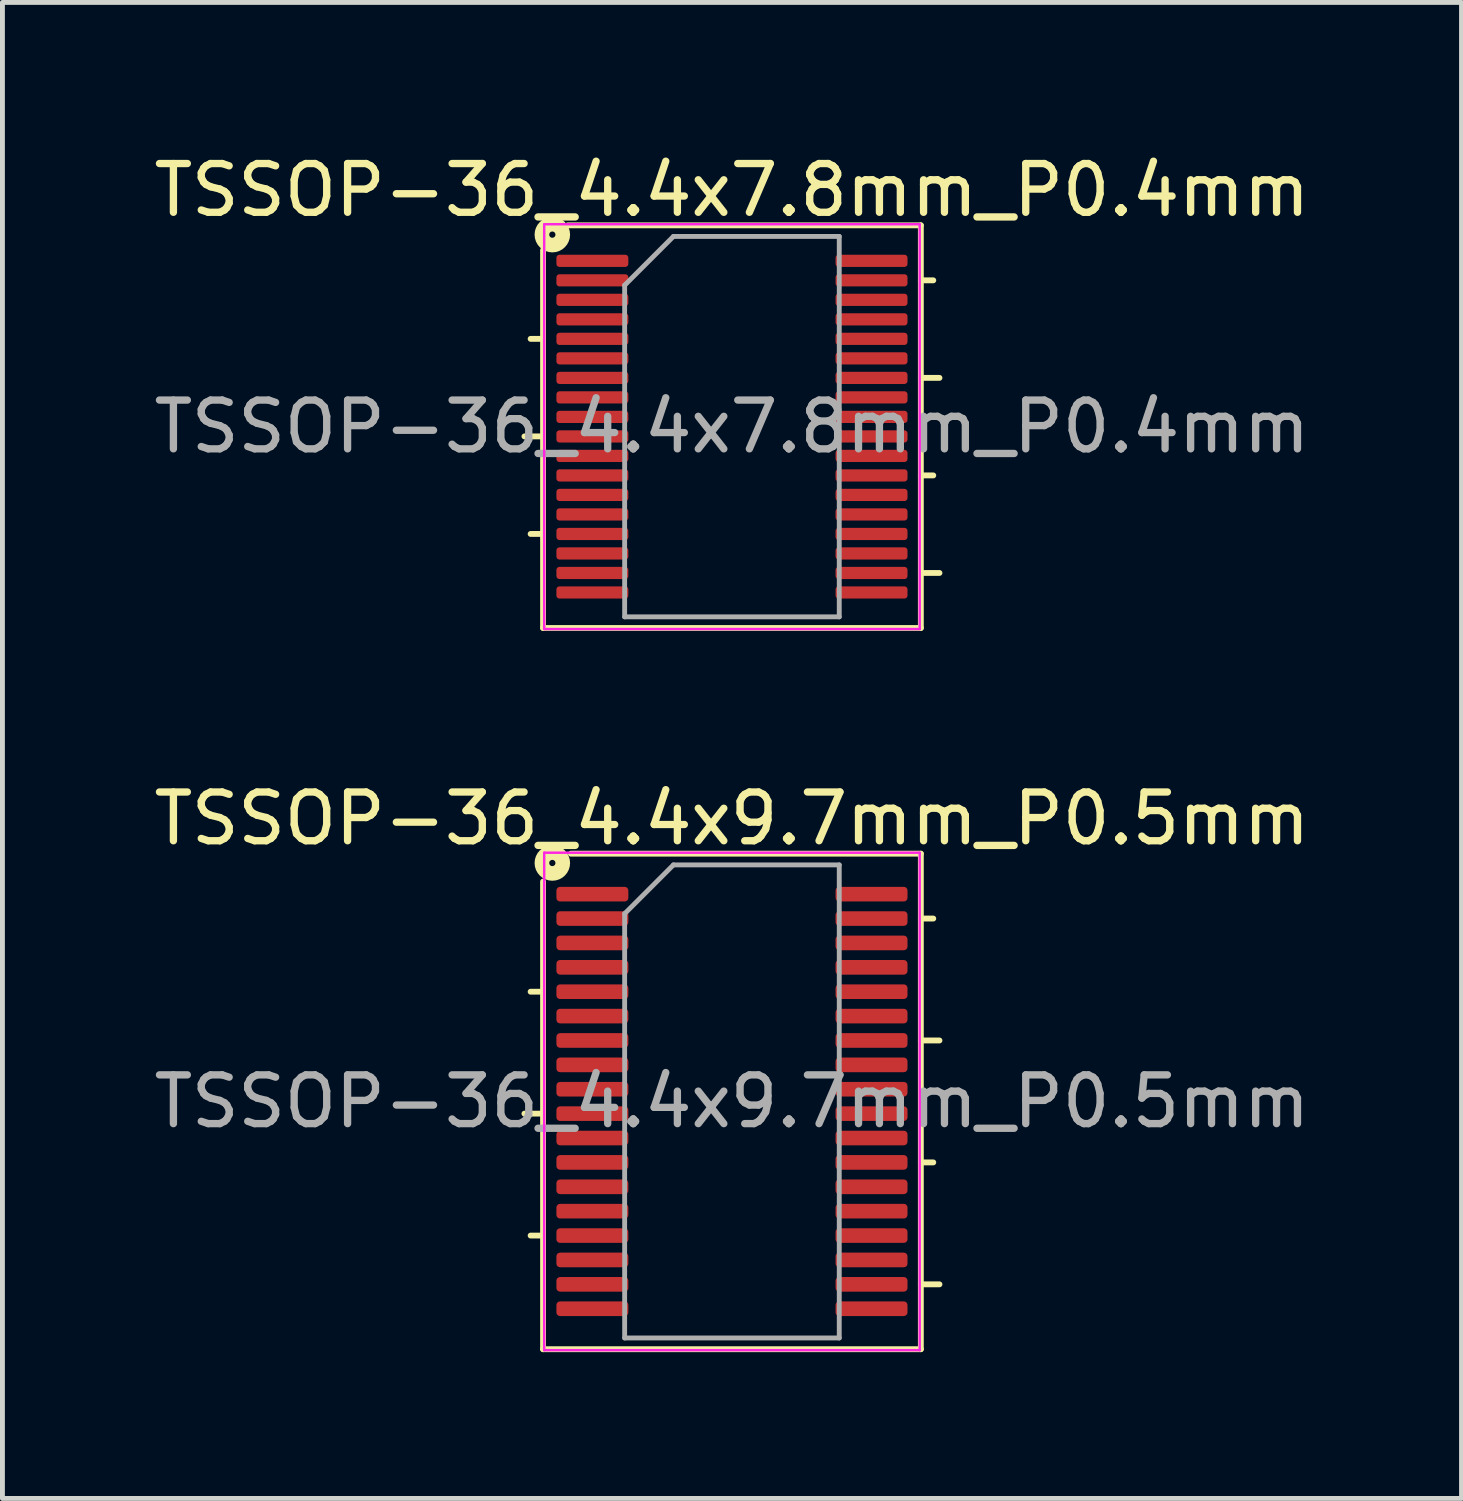
<source format=kicad_pcb>
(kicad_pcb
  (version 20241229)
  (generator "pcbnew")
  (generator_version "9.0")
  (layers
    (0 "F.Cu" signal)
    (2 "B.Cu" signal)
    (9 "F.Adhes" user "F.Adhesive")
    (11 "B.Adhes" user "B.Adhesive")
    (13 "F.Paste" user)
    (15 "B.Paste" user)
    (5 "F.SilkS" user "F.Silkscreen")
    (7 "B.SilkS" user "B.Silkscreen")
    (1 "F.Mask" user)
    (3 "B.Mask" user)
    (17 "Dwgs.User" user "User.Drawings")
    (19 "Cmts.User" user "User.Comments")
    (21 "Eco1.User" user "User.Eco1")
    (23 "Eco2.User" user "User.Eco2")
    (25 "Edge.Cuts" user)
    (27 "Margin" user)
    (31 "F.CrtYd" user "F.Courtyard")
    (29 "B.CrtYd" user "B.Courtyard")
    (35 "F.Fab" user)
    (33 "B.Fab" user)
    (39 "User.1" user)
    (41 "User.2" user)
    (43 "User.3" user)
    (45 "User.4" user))
  (footprint "TSSOP-36_4.4x9.7mm_P0.5mm"
    (layer "F.Cu")
    (at 11.958 19.534)
    (property "Reference" "TSSOP-36_4.4x9.7mm_P0.5mm" (at 0 -5.8 0) (layer "F.SilkS") (effects (font (size 1 1) (thickness 0.15))))
    (attr smd)
    (fp_line (start -4.128 2.75) (end -3.873 2.75) (stroke (width 0.12) (type solid)) (layer "F.SilkS"))
    (fp_line (start -3.873 -4.508) (end -3.873 5.08) (stroke (width 0.12) (type solid)) (layer "F.SilkS"))
    (fp_line (start -3.873 -2.25) (end -4.128 -2.25) (stroke (width 0.12) (type solid)) (layer "F.SilkS"))
    (fp_line (start -3.873 0.25) (end -4.255 0.25) (stroke (width 0.12) (type solid)) (layer "F.SilkS"))
    (fp_line (start -3.873 5.08) (end 3.873 5.08) (stroke (width 0.12) (type solid)) (layer "F.SilkS"))
    (fp_line (start 3.873 -5.08) (end -3.302 -5.08) (stroke (width 0.12) (type solid)) (layer "F.SilkS"))
    (fp_line (start 3.873 5.08) (end 3.873 -5.08) (stroke (width 0.12) (type solid)) (layer "F.SilkS"))
    (fp_line (start 4.128 -3.75) (end 3.873 -3.75) (stroke (width 0.12) (type solid)) (layer "F.SilkS"))
    (fp_line (start 4.128 1.25) (end 3.873 1.25) (stroke (width 0.12) (type solid)) (layer "F.SilkS"))
    (fp_line (start 4.255 -1.25) (end 3.873 -1.25) (stroke (width 0.12) (type solid)) (layer "F.SilkS"))
    (fp_line (start 4.255 3.75) (end 3.873 3.75) (stroke (width 0.12) (type solid)) (layer "F.SilkS"))
    (fp_circle (center -3.683 -4.889) (end -3.619 -4.889) (stroke (width 0.3) (type solid)) (fill no) (layer "F.SilkS"))
    (fp_line (start -3.85 -5.1) (end -3.85 5.1) (stroke (width 0.05) (type solid)) (layer "F.CrtYd"))
    (fp_line (start -3.85 5.1) (end 3.85 5.1) (stroke (width 0.05) (type solid)) (layer "F.CrtYd"))
    (fp_line (start 3.85 -5.1) (end -3.85 -5.1) (stroke (width 0.05) (type solid)) (layer "F.CrtYd"))
    (fp_line (start 3.85 5.1) (end 3.85 -5.1) (stroke (width 0.05) (type solid)) (layer "F.CrtYd"))
    (fp_line (start -2.2 -3.85) (end -1.2 -4.85) (stroke (width 0.1) (type solid)) (layer "F.Fab"))
    (fp_line (start -2.2 4.85) (end -2.2 -3.85) (stroke (width 0.1) (type solid)) (layer "F.Fab"))
    (fp_line (start -1.2 -4.85) (end 2.2 -4.85) (stroke (width 0.1) (type solid)) (layer "F.Fab"))
    (fp_line (start 2.2 -4.85) (end 2.2 4.85) (stroke (width 0.1) (type solid)) (layer "F.Fab"))
    (fp_line (start 2.2 4.85) (end -2.2 4.85) (stroke (width 0.1) (type solid)) (layer "F.Fab"))
    (fp_text user "${REFERENCE}" (at 0 0 0) (layer "F.Fab") (effects (font (size 1 1) (thickness 0.15))))
    (pad "1" smd roundrect (at -2.862 -4.25) (size 1.475 0.3) (layers "F.Cu" "F.Mask" "F.Paste") (roundrect_rratio 0.25))
    (pad "2" smd roundrect (at -2.862 -3.75) (size 1.475 0.3) (layers "F.Cu" "F.Mask" "F.Paste") (roundrect_rratio 0.25))
    (pad "3" smd roundrect (at -2.862 -3.25) (size 1.475 0.3) (layers "F.Cu" "F.Mask" "F.Paste") (roundrect_rratio 0.25))
    (pad "4" smd roundrect (at -2.862 -2.75) (size 1.475 0.3) (layers "F.Cu" "F.Mask" "F.Paste") (roundrect_rratio 0.25))
    (pad "5" smd roundrect (at -2.862 -2.25) (size 1.475 0.3) (layers "F.Cu" "F.Mask" "F.Paste") (roundrect_rratio 0.25))
    (pad "6" smd roundrect (at -2.862 -1.75) (size 1.475 0.3) (layers "F.Cu" "F.Mask" "F.Paste") (roundrect_rratio 0.25))
    (pad "7" smd roundrect (at -2.862 -1.25) (size 1.475 0.3) (layers "F.Cu" "F.Mask" "F.Paste") (roundrect_rratio 0.25))
    (pad "8" smd roundrect (at -2.862 -0.75) (size 1.475 0.3) (layers "F.Cu" "F.Mask" "F.Paste") (roundrect_rratio 0.25))
    (pad "9" smd roundrect (at -2.862 -0.25) (size 1.475 0.3) (layers "F.Cu" "F.Mask" "F.Paste") (roundrect_rratio 0.25))
    (pad "10" smd roundrect (at -2.862 0.25) (size 1.475 0.3) (layers "F.Cu" "F.Mask" "F.Paste") (roundrect_rratio 0.25))
    (pad "11" smd roundrect (at -2.862 0.75) (size 1.475 0.3) (layers "F.Cu" "F.Mask" "F.Paste") (roundrect_rratio 0.25))
    (pad "12" smd roundrect (at -2.862 1.25) (size 1.475 0.3) (layers "F.Cu" "F.Mask" "F.Paste") (roundrect_rratio 0.25))
    (pad "13" smd roundrect (at -2.862 1.75) (size 1.475 0.3) (layers "F.Cu" "F.Mask" "F.Paste") (roundrect_rratio 0.25))
    (pad "14" smd roundrect (at -2.862 2.25) (size 1.475 0.3) (layers "F.Cu" "F.Mask" "F.Paste") (roundrect_rratio 0.25))
    (pad "15" smd roundrect (at -2.862 2.75) (size 1.475 0.3) (layers "F.Cu" "F.Mask" "F.Paste") (roundrect_rratio 0.25))
    (pad "16" smd roundrect (at -2.862 3.25) (size 1.475 0.3) (layers "F.Cu" "F.Mask" "F.Paste") (roundrect_rratio 0.25))
    (pad "17" smd roundrect (at -2.862 3.75) (size 1.475 0.3) (layers "F.Cu" "F.Mask" "F.Paste") (roundrect_rratio 0.25))
    (pad "18" smd roundrect (at -2.862 4.25) (size 1.475 0.3) (layers "F.Cu" "F.Mask" "F.Paste") (roundrect_rratio 0.25))
    (pad "19" smd roundrect (at 2.862 4.25) (size 1.475 0.3) (layers "F.Cu" "F.Mask" "F.Paste") (roundrect_rratio 0.25))
    (pad "20" smd roundrect (at 2.862 3.75) (size 1.475 0.3) (layers "F.Cu" "F.Mask" "F.Paste") (roundrect_rratio 0.25))
    (pad "21" smd roundrect (at 2.862 3.25) (size 1.475 0.3) (layers "F.Cu" "F.Mask" "F.Paste") (roundrect_rratio 0.25))
    (pad "22" smd roundrect (at 2.862 2.75) (size 1.475 0.3) (layers "F.Cu" "F.Mask" "F.Paste") (roundrect_rratio 0.25))
    (pad "23" smd roundrect (at 2.862 2.25) (size 1.475 0.3) (layers "F.Cu" "F.Mask" "F.Paste") (roundrect_rratio 0.25))
    (pad "24" smd roundrect (at 2.862 1.75) (size 1.475 0.3) (layers "F.Cu" "F.Mask" "F.Paste") (roundrect_rratio 0.25))
    (pad "25" smd roundrect (at 2.862 1.25) (size 1.475 0.3) (layers "F.Cu" "F.Mask" "F.Paste") (roundrect_rratio 0.25))
    (pad "26" smd roundrect (at 2.862 0.75) (size 1.475 0.3) (layers "F.Cu" "F.Mask" "F.Paste") (roundrect_rratio 0.25))
    (pad "27" smd roundrect (at 2.862 0.25) (size 1.475 0.3) (layers "F.Cu" "F.Mask" "F.Paste") (roundrect_rratio 0.25))
    (pad "28" smd roundrect (at 2.862 -0.25) (size 1.475 0.3) (layers "F.Cu" "F.Mask" "F.Paste") (roundrect_rratio 0.25))
    (pad "29" smd roundrect (at 2.862 -0.75) (size 1.475 0.3) (layers "F.Cu" "F.Mask" "F.Paste") (roundrect_rratio 0.25))
    (pad "30" smd roundrect (at 2.862 -1.25) (size 1.475 0.3) (layers "F.Cu" "F.Mask" "F.Paste") (roundrect_rratio 0.25))
    (pad "31" smd roundrect (at 2.862 -1.75) (size 1.475 0.3) (layers "F.Cu" "F.Mask" "F.Paste") (roundrect_rratio 0.25))
    (pad "32" smd roundrect (at 2.862 -2.25) (size 1.475 0.3) (layers "F.Cu" "F.Mask" "F.Paste") (roundrect_rratio 0.25))
    (pad "33" smd roundrect (at 2.862 -2.75) (size 1.475 0.3) (layers "F.Cu" "F.Mask" "F.Paste") (roundrect_rratio 0.25))
    (pad "34" smd roundrect (at 2.862 -3.25) (size 1.475 0.3) (layers "F.Cu" "F.Mask" "F.Paste") (roundrect_rratio 0.25))
    (pad "35" smd roundrect (at 2.862 -3.75) (size 1.475 0.3) (layers "F.Cu" "F.Mask" "F.Paste") (roundrect_rratio 0.25))
    (pad "36" smd roundrect (at 2.862 -4.25) (size 1.475 0.3) (layers "F.Cu" "F.Mask" "F.Paste") (roundrect_rratio 0.25)))
  (footprint "TSSOP-36_4.4x7.8mm_P0.4mm"
    (layer "F.Cu")
    (at 11.958 5.698)
    (property "Reference" "TSSOP-36_4.4x7.8mm_P0.4mm" (at 0 -4.85 0) (layer "F.SilkS") (effects (font (size 1 1) (thickness 0.15))))
    (attr smd)
    (fp_line (start -4.255 0.2) (end -3.873 0.2) (stroke (width 0.12) (type solid)) (layer "F.SilkS"))
    (fp_line (start -4.128 2.2) (end -3.873 2.2) (stroke (width 0.12) (type solid)) (layer "F.SilkS"))
    (fp_line (start -3.873 -3.619) (end -3.873 4.128) (stroke (width 0.12) (type solid)) (layer "F.SilkS"))
    (fp_line (start -3.873 -1.8) (end -4.128 -1.8) (stroke (width 0.12) (type solid)) (layer "F.SilkS"))
    (fp_line (start -3.873 4.128) (end 3.873 4.128) (stroke (width 0.12) (type solid)) (layer "F.SilkS"))
    (fp_line (start 3.873 -4.128) (end -3.365 -4.128) (stroke (width 0.12) (type solid)) (layer "F.SilkS"))
    (fp_line (start 3.873 -3) (end 4.128 -3) (stroke (width 0.12) (type solid)) (layer "F.SilkS"))
    (fp_line (start 3.873 -1) (end 4.255 -1) (stroke (width 0.12) (type solid)) (layer "F.SilkS"))
    (fp_line (start 3.873 1) (end 4.128 1) (stroke (width 0.12) (type solid)) (layer "F.SilkS"))
    (fp_line (start 3.873 3) (end 4.255 3) (stroke (width 0.12) (type solid)) (layer "F.SilkS"))
    (fp_line (start 3.873 4.128) (end 3.873 -4.128) (stroke (width 0.12) (type solid)) (layer "F.SilkS"))
    (fp_circle (center -3.683 -3.937) (end -3.619 -3.937) (stroke (width 0.3) (type solid)) (fill no) (layer "F.SilkS"))
    (fp_line (start -3.85 -4.15) (end -3.85 4.15) (stroke (width 0.05) (type solid)) (layer "F.CrtYd"))
    (fp_line (start -3.85 4.15) (end 3.85 4.15) (stroke (width 0.05) (type solid)) (layer "F.CrtYd"))
    (fp_line (start 3.85 -4.15) (end -3.85 -4.15) (stroke (width 0.05) (type solid)) (layer "F.CrtYd"))
    (fp_line (start 3.85 4.15) (end 3.85 -4.15) (stroke (width 0.05) (type solid)) (layer "F.CrtYd"))
    (fp_line (start -2.2 -2.9) (end -1.2 -3.9) (stroke (width 0.1) (type solid)) (layer "F.Fab"))
    (fp_line (start -2.2 3.9) (end -2.2 -2.9) (stroke (width 0.1) (type solid)) (layer "F.Fab"))
    (fp_line (start -1.2 -3.9) (end 2.2 -3.9) (stroke (width 0.1) (type solid)) (layer "F.Fab"))
    (fp_line (start 2.2 -3.9) (end 2.2 3.9) (stroke (width 0.1) (type solid)) (layer "F.Fab"))
    (fp_line (start 2.2 3.9) (end -2.2 3.9) (stroke (width 0.1) (type solid)) (layer "F.Fab"))
    (fp_text user "${REFERENCE}" (at 0 0 0) (layer "F.Fab") (effects (font (size 1 1) (thickness 0.15))))
    (pad "1" smd roundrect (at -2.862 -3.4) (size 1.475 0.25) (layers "F.Cu" "F.Mask" "F.Paste") (roundrect_rratio 0.25))
    (pad "2" smd roundrect (at -2.862 -3) (size 1.475 0.25) (layers "F.Cu" "F.Mask" "F.Paste") (roundrect_rratio 0.25))
    (pad "3" smd roundrect (at -2.862 -2.6) (size 1.475 0.25) (layers "F.Cu" "F.Mask" "F.Paste") (roundrect_rratio 0.25))
    (pad "4" smd roundrect (at -2.862 -2.2) (size 1.475 0.25) (layers "F.Cu" "F.Mask" "F.Paste") (roundrect_rratio 0.25))
    (pad "5" smd roundrect (at -2.862 -1.8) (size 1.475 0.25) (layers "F.Cu" "F.Mask" "F.Paste") (roundrect_rratio 0.25))
    (pad "6" smd roundrect (at -2.862 -1.4) (size 1.475 0.25) (layers "F.Cu" "F.Mask" "F.Paste") (roundrect_rratio 0.25))
    (pad "7" smd roundrect (at -2.862 -1) (size 1.475 0.25) (layers "F.Cu" "F.Mask" "F.Paste") (roundrect_rratio 0.25))
    (pad "8" smd roundrect (at -2.862 -0.6) (size 1.475 0.25) (layers "F.Cu" "F.Mask" "F.Paste") (roundrect_rratio 0.25))
    (pad "9" smd roundrect (at -2.862 -0.2) (size 1.475 0.25) (layers "F.Cu" "F.Mask" "F.Paste") (roundrect_rratio 0.25))
    (pad "10" smd roundrect (at -2.862 0.2) (size 1.475 0.25) (layers "F.Cu" "F.Mask" "F.Paste") (roundrect_rratio 0.25))
    (pad "11" smd roundrect (at -2.862 0.6) (size 1.475 0.25) (layers "F.Cu" "F.Mask" "F.Paste") (roundrect_rratio 0.25))
    (pad "12" smd roundrect (at -2.862 1) (size 1.475 0.25) (layers "F.Cu" "F.Mask" "F.Paste") (roundrect_rratio 0.25))
    (pad "13" smd roundrect (at -2.862 1.4) (size 1.475 0.25) (layers "F.Cu" "F.Mask" "F.Paste") (roundrect_rratio 0.25))
    (pad "14" smd roundrect (at -2.862 1.8) (size 1.475 0.25) (layers "F.Cu" "F.Mask" "F.Paste") (roundrect_rratio 0.25))
    (pad "15" smd roundrect (at -2.862 2.2) (size 1.475 0.25) (layers "F.Cu" "F.Mask" "F.Paste") (roundrect_rratio 0.25))
    (pad "16" smd roundrect (at -2.862 2.6) (size 1.475 0.25) (layers "F.Cu" "F.Mask" "F.Paste") (roundrect_rratio 0.25))
    (pad "17" smd roundrect (at -2.862 3) (size 1.475 0.25) (layers "F.Cu" "F.Mask" "F.Paste") (roundrect_rratio 0.25))
    (pad "18" smd roundrect (at -2.862 3.4) (size 1.475 0.25) (layers "F.Cu" "F.Mask" "F.Paste") (roundrect_rratio 0.25))
    (pad "19" smd roundrect (at 2.862 3.4) (size 1.475 0.25) (layers "F.Cu" "F.Mask" "F.Paste") (roundrect_rratio 0.25))
    (pad "20" smd roundrect (at 2.862 3) (size 1.475 0.25) (layers "F.Cu" "F.Mask" "F.Paste") (roundrect_rratio 0.25))
    (pad "21" smd roundrect (at 2.862 2.6) (size 1.475 0.25) (layers "F.Cu" "F.Mask" "F.Paste") (roundrect_rratio 0.25))
    (pad "22" smd roundrect (at 2.862 2.2) (size 1.475 0.25) (layers "F.Cu" "F.Mask" "F.Paste") (roundrect_rratio 0.25))
    (pad "23" smd roundrect (at 2.862 1.8) (size 1.475 0.25) (layers "F.Cu" "F.Mask" "F.Paste") (roundrect_rratio 0.25))
    (pad "24" smd roundrect (at 2.862 1.4) (size 1.475 0.25) (layers "F.Cu" "F.Mask" "F.Paste") (roundrect_rratio 0.25))
    (pad "25" smd roundrect (at 2.862 1) (size 1.475 0.25) (layers "F.Cu" "F.Mask" "F.Paste") (roundrect_rratio 0.25))
    (pad "26" smd roundrect (at 2.862 0.6) (size 1.475 0.25) (layers "F.Cu" "F.Mask" "F.Paste") (roundrect_rratio 0.25))
    (pad "27" smd roundrect (at 2.862 0.2) (size 1.475 0.25) (layers "F.Cu" "F.Mask" "F.Paste") (roundrect_rratio 0.25))
    (pad "28" smd roundrect (at 2.862 -0.2) (size 1.475 0.25) (layers "F.Cu" "F.Mask" "F.Paste") (roundrect_rratio 0.25))
    (pad "29" smd roundrect (at 2.862 -0.6) (size 1.475 0.25) (layers "F.Cu" "F.Mask" "F.Paste") (roundrect_rratio 0.25))
    (pad "30" smd roundrect (at 2.862 -1) (size 1.475 0.25) (layers "F.Cu" "F.Mask" "F.Paste") (roundrect_rratio 0.25))
    (pad "31" smd roundrect (at 2.862 -1.4) (size 1.475 0.25) (layers "F.Cu" "F.Mask" "F.Paste") (roundrect_rratio 0.25))
    (pad "32" smd roundrect (at 2.862 -1.8) (size 1.475 0.25) (layers "F.Cu" "F.Mask" "F.Paste") (roundrect_rratio 0.25))
    (pad "33" smd roundrect (at 2.862 -2.2) (size 1.475 0.25) (layers "F.Cu" "F.Mask" "F.Paste") (roundrect_rratio 0.25))
    (pad "34" smd roundrect (at 2.862 -2.6) (size 1.475 0.25) (layers "F.Cu" "F.Mask" "F.Paste") (roundrect_rratio 0.25))
    (pad "35" smd roundrect (at 2.862 -3) (size 1.475 0.25) (layers "F.Cu" "F.Mask" "F.Paste") (roundrect_rratio 0.25))
    (pad "36" smd roundrect (at 2.862 -3.4) (size 1.475 0.25) (layers "F.Cu" "F.Mask" "F.Paste") (roundrect_rratio 0.25)))
  (gr_rect
    (start -3 -3)
    (end 26.917 27.674)
    (stroke (width 0.1) (type default))
    (fill no)
    (layer "Edge.Cuts")))
</source>
